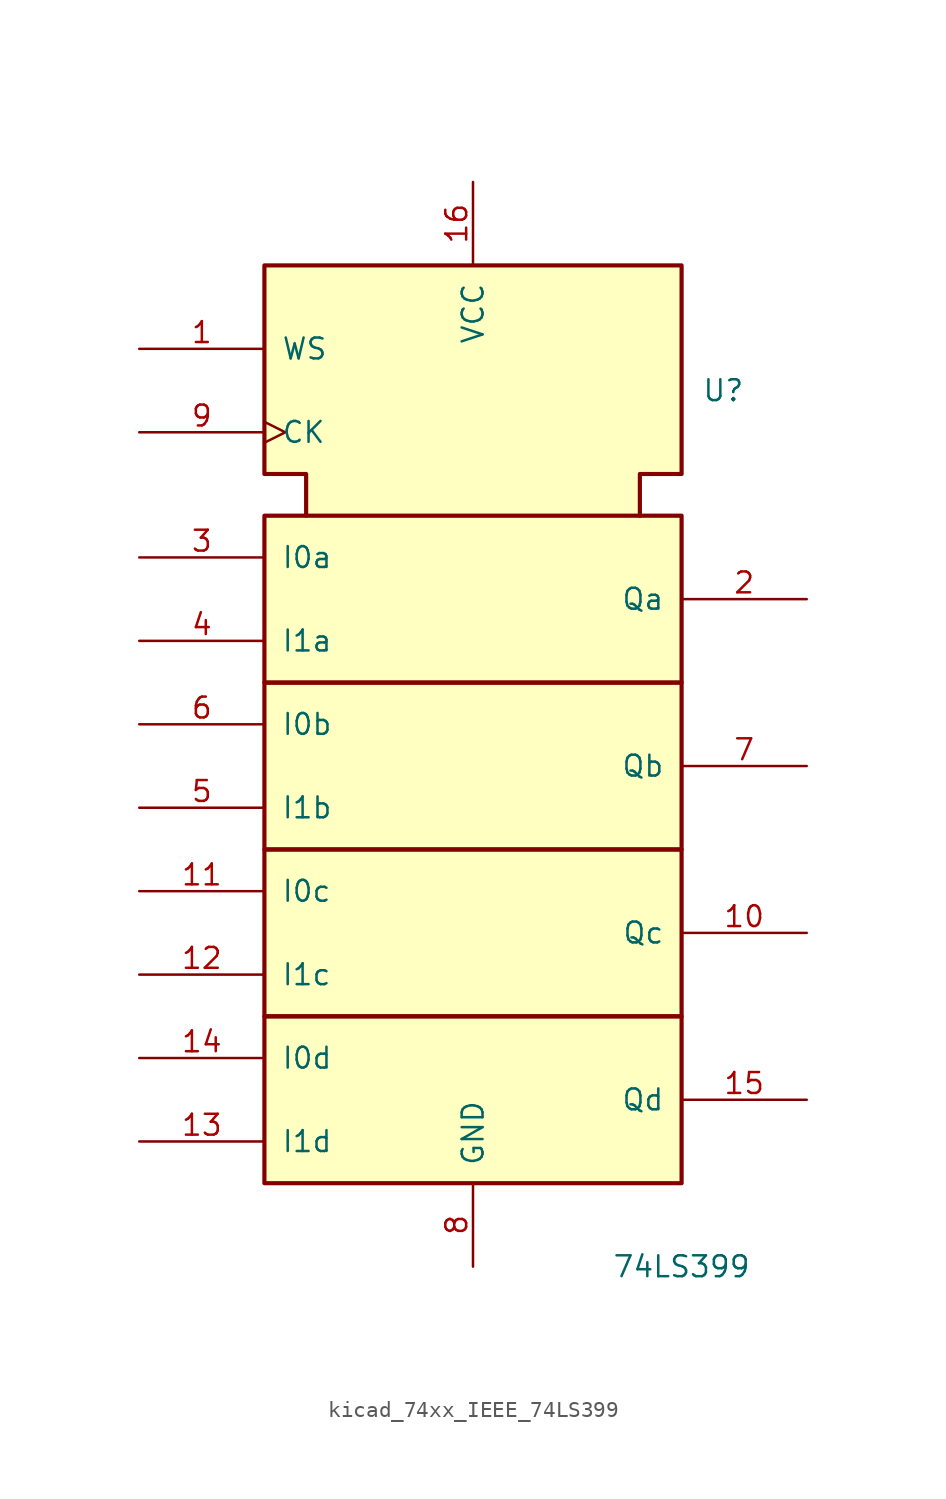
<source format=kicad_sym>
(kicad_symbol_lib
  (version 20220914)
  (generator kicad_symbol_editor)
  (symbol "kicad_74xx_IEEE_74LS399"
    (pin_names
      (offset 1.016))
    (property "Reference" "U"
      (at 15.24 20.32 0)
      (effects (font (size 1.27 1.27))))
    (property "Value" "74LS399"
      (at 12.7 -33.02 0)
      (effects (font (size 1.27 1.27))))
    (symbol "kicad_74xx_IEEE_74LS399_0_0"
      (rectangle (start -12.7 -17.78) (end 12.7 -27.94) (stroke (width 0.254) (type default)) (fill (type background)))
      (rectangle (start -12.7 -7.62) (end 12.7 -17.78) (stroke (width 0.254) (type default)) (fill (type background)))
      (rectangle (start -12.7 2.54) (end 12.7 -7.62) (stroke (width 0.254) (type default)) (fill (type background)))
      (rectangle (start -12.7 12.7) (end 12.7 2.54) (stroke (width 0.254) (type default)) (fill (type background)))
      (polyline (pts (xy -10.16 12.7) (xy -10.16 15.24) (xy -12.7 15.24) (xy -12.7 27.94) (xy 12.7 27.94) (xy 12.7 15.24) (xy 10.16 15.24) (xy 10.16 12.7) (xy 10.16 12.7)) (stroke (width 0.254) (type default)) (fill (type background)))
      (pin power_in line (at 0 33.02 270) (length 5.08) (name "VCC" (effects (font (size 1.27 1.27)))) (number "16" (effects (font (size 1.27 1.27)))))
      (pin power_in line (at 0 -33.02 90) (length 5.08) (name "GND" (effects (font (size 1.27 1.27)))) (number "8" (effects (font (size 1.27 1.27))))))
    (symbol "kicad_74xx_IEEE_74LS399_1_1"
      (pin input line (at -20.32 22.86 0) (length 7.62) (name "WS" (effects (font (size 1.27 1.27)))) (number "1" (effects (font (size 1.27 1.27)))))
      (pin tri_state line (at 20.32 -12.7 180) (length 7.62) (name "Qc" (effects (font (size 1.27 1.27)))) (number "10" (effects (font (size 1.27 1.27)))))
      (pin input line (at -20.32 -10.16 0) (length 7.62) (name "I0c" (effects (font (size 1.27 1.27)))) (number "11" (effects (font (size 1.27 1.27)))))
      (pin input line (at -20.32 -15.24 0) (length 7.62) (name "I1c" (effects (font (size 1.27 1.27)))) (number "12" (effects (font (size 1.27 1.27)))))
      (pin input line (at -20.32 -25.4 0) (length 7.62) (name "I1d" (effects (font (size 1.27 1.27)))) (number "13" (effects (font (size 1.27 1.27)))))
      (pin input line (at -20.32 -20.32 0) (length 7.62) (name "I0d" (effects (font (size 1.27 1.27)))) (number "14" (effects (font (size 1.27 1.27)))))
      (pin tri_state line (at 20.32 -22.86 180) (length 7.62) (name "Qd" (effects (font (size 1.27 1.27)))) (number "15" (effects (font (size 1.27 1.27)))))
      (pin tri_state line (at 20.32 7.62 180) (length 7.62) (name "Qa" (effects (font (size 1.27 1.27)))) (number "2" (effects (font (size 1.27 1.27)))))
      (pin input line (at -20.32 10.16 0) (length 7.62) (name "I0a" (effects (font (size 1.27 1.27)))) (number "3" (effects (font (size 1.27 1.27)))))
      (pin input line (at -20.32 5.08 0) (length 7.62) (name "I1a" (effects (font (size 1.27 1.27)))) (number "4" (effects (font (size 1.27 1.27)))))
      (pin input line (at -20.32 -5.08 0) (length 7.62) (name "I1b" (effects (font (size 1.27 1.27)))) (number "5" (effects (font (size 1.27 1.27)))))
      (pin input line (at -20.32 0 0) (length 7.62) (name "I0b" (effects (font (size 1.27 1.27)))) (number "6" (effects (font (size 1.27 1.27)))))
      (pin tri_state line (at 20.32 -2.54 180) (length 7.62) (name "Qb" (effects (font (size 1.27 1.27)))) (number "7" (effects (font (size 1.27 1.27)))))
      (pin input clock (at -20.32 17.78 0) (length 7.62) (name "CK" (effects (font (size 1.27 1.27)))) (number "9" (effects (font (size 1.27 1.27))))))))
</source>
